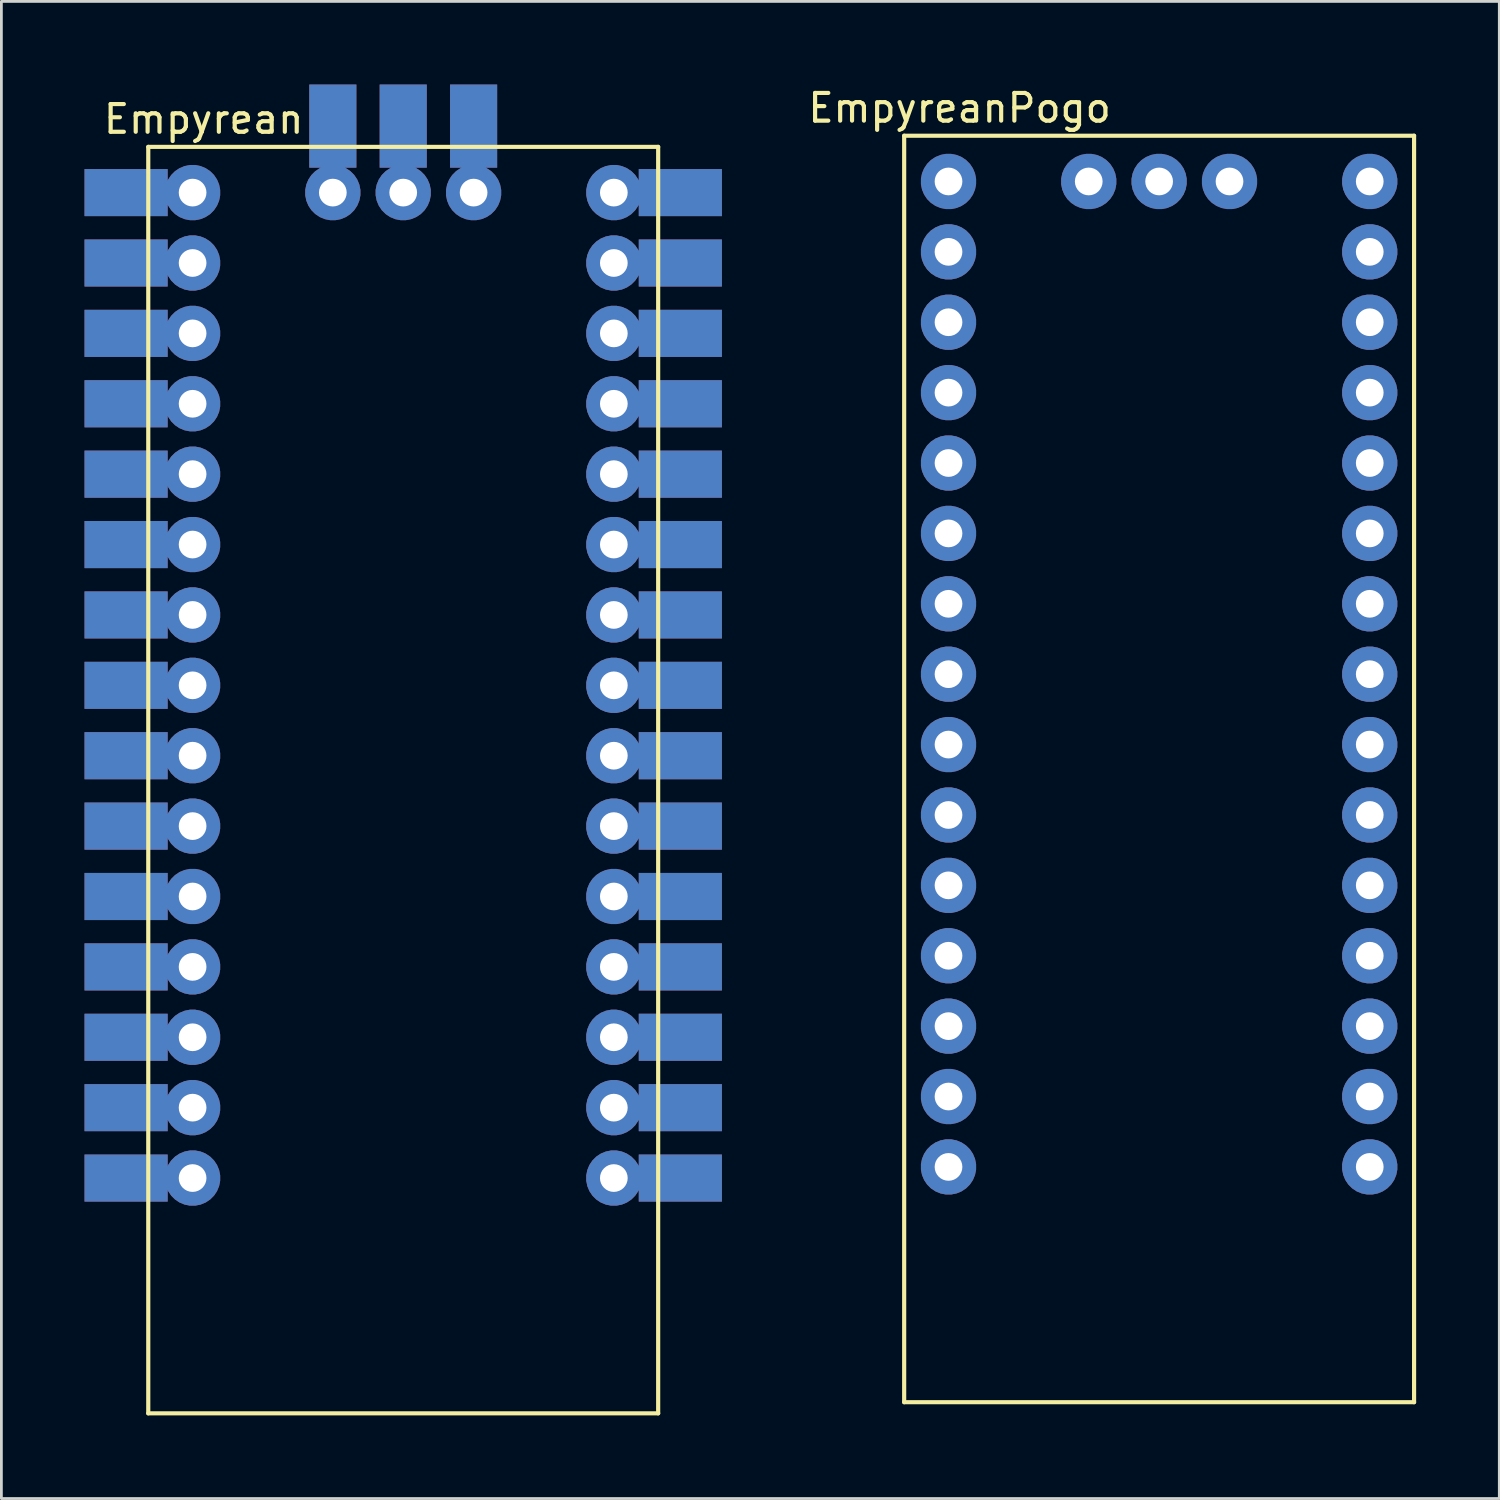
<source format=kicad_pcb>
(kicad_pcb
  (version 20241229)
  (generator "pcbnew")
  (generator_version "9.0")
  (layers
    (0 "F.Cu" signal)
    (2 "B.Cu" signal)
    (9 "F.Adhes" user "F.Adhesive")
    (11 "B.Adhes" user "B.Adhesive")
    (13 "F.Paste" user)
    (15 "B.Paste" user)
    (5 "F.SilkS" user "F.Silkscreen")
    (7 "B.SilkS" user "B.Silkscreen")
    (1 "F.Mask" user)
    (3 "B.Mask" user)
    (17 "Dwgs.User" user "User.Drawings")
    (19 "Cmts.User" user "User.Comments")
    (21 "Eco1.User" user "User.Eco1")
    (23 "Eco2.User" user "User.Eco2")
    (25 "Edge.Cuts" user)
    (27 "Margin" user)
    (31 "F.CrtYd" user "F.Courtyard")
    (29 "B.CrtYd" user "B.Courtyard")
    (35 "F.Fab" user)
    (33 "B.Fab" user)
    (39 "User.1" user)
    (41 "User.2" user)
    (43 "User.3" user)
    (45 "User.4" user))
  (footprint "EmpyreanPogo"
    (layer "F.Cu")
    (at 38.777 24.748)
    (property "Reference" "EmpyreanPogo" (at -7.2 -23.9 0) (layer "F.SilkS") (effects (font (size 1 1) (thickness 0.15))))
    (attr through_hole)
    (fp_line (start -9.2 -22.9) (end 9.2 -22.9) (stroke (width 0.15) (type solid)) (layer "F.SilkS"))
    (fp_line (start -9.2 22.8) (end -9.2 -22.9) (stroke (width 0.15) (type solid)) (layer "F.SilkS"))
    (fp_line (start 9.2 -22.9) (end 9.2 22.8) (stroke (width 0.15) (type solid)) (layer "F.SilkS"))
    (fp_line (start 9.2 22.8) (end -9.2 22.8) (stroke (width 0.15) (type solid)) (layer "F.SilkS"))
    (pad "1" thru_hole custom (at -7.6 -21.25) (size 2 2) (drill 1) (layers "*.Cu" "*.Mask") (options (anchor circle)) (primitives))
    (pad "2" thru_hole custom (at -7.6 -18.71) (size 2 2) (drill 1) (layers "*.Cu" "*.Mask") (options (anchor circle)) (primitives))
    (pad "3" thru_hole custom (at -7.6 -16.17) (size 2 2) (drill 1) (layers "*.Cu" "*.Mask") (options (anchor circle)) (primitives))
    (pad "4" thru_hole custom (at -7.6 -13.63) (size 2 2) (drill 1) (layers "*.Cu" "*.Mask") (options (anchor circle)) (primitives))
    (pad "5" thru_hole custom (at -7.6 -11.09) (size 2 2) (drill 1) (layers "*.Cu" "*.Mask") (options (anchor circle)) (primitives))
    (pad "6" thru_hole custom (at -7.6 -8.55) (size 2 2) (drill 1) (layers "*.Cu" "*.Mask") (options (anchor circle)) (primitives))
    (pad "7" thru_hole custom (at -7.6 -6.01) (size 2 2) (drill 1) (layers "*.Cu" "*.Mask") (options (anchor circle)) (primitives))
    (pad "8" thru_hole custom (at -7.6 -3.47) (size 2 2) (drill 1) (layers "*.Cu" "*.Mask") (options (anchor circle)) (primitives))
    (pad "9" thru_hole custom (at -7.6 -0.93) (size 2 2) (drill 1) (layers "*.Cu" "*.Mask") (options (anchor circle)) (primitives))
    (pad "10" thru_hole custom (at -7.6 1.61) (size 2 2) (drill 1) (layers "*.Cu" "*.Mask") (options (anchor circle)) (primitives))
    (pad "11" thru_hole custom (at -7.6 4.15) (size 2 2) (drill 1) (layers "*.Cu" "*.Mask") (options (anchor circle)) (primitives))
    (pad "12" thru_hole custom (at -7.6 6.69) (size 2 2) (drill 1) (layers "*.Cu" "*.Mask") (options (anchor circle)) (primitives))
    (pad "13" thru_hole custom (at -7.6 9.23) (size 2 2) (drill 1) (layers "*.Cu" "*.Mask") (options (anchor circle)) (primitives))
    (pad "14" thru_hole custom (at -7.6 11.77) (size 2 2) (drill 1) (layers "*.Cu" "*.Mask") (options (anchor circle)) (primitives))
    (pad "15" thru_hole custom (at -7.6 14.31) (size 2 2) (drill 1) (layers "*.Cu" "*.Mask") (options (anchor circle)) (primitives))
    (pad "16" thru_hole custom (at 7.6 14.31 180) (size 2 2) (drill 1) (layers "*.Cu" "*.Mask") (options (anchor circle)) (primitives))
    (pad "17" thru_hole custom (at 7.6 11.77 180) (size 2 2) (drill 1) (layers "*.Cu" "*.Mask") (options (anchor circle)) (primitives))
    (pad "18" thru_hole custom (at 7.6 9.23 180) (size 2 2) (drill 1) (layers "*.Cu" "*.Mask") (options (anchor circle)) (primitives))
    (pad "19" thru_hole custom (at 7.6 6.69 180) (size 2 2) (drill 1) (layers "*.Cu" "*.Mask") (options (anchor circle)) (primitives))
    (pad "20" thru_hole custom (at 7.6 4.15 180) (size 2 2) (drill 1) (layers "*.Cu" "*.Mask") (options (anchor circle)) (primitives))
    (pad "21" thru_hole custom (at 7.6 1.61 180) (size 2 2) (drill 1) (layers "*.Cu" "*.Mask") (options (anchor circle)) (primitives))
    (pad "22" thru_hole custom (at 7.6 -0.93 180) (size 2 2) (drill 1) (layers "*.Cu" "*.Mask") (options (anchor circle)) (primitives))
    (pad "23" thru_hole custom (at 7.6 -3.47 180) (size 2 2) (drill 1) (layers "*.Cu" "*.Mask") (options (anchor circle)) (primitives))
    (pad "24" thru_hole custom (at 7.6 -6.01 180) (size 2 2) (drill 1) (layers "*.Cu" "*.Mask") (options (anchor circle)) (primitives))
    (pad "25" thru_hole custom (at 7.6 -8.55 180) (size 2 2) (drill 1) (layers "*.Cu" "*.Mask") (options (anchor circle)) (primitives))
    (pad "26" thru_hole custom (at 7.6 -11.09 180) (size 2 2) (drill 1) (layers "*.Cu" "*.Mask") (options (anchor circle)) (primitives))
    (pad "27" thru_hole custom (at 7.6 -13.63 180) (size 2 2) (drill 1) (layers "*.Cu" "*.Mask") (options (anchor circle)) (primitives))
    (pad "28" thru_hole custom (at 7.6 -16.17 180) (size 2 2) (drill 1) (layers "*.Cu" "*.Mask") (options (anchor circle)) (primitives))
    (pad "29" thru_hole custom (at 7.6 -18.71 180) (size 2 2) (drill 1) (layers "*.Cu" "*.Mask") (options (anchor circle)) (primitives))
    (pad "30" thru_hole custom (at 7.6 -21.25 180) (size 2 2) (drill 1) (layers "*.Cu" "*.Mask") (options (anchor circle)) (primitives))
    (pad "31" thru_hole custom (at 2.54 -21.25 270) (size 2 2) (drill 1) (layers "*.Cu" "*.Mask") (options (anchor circle)) (primitives))
    (pad "32" thru_hole custom (at 0 -21.25 270) (size 2 2) (drill 1) (layers "*.Cu" "*.Mask") (options (anchor circle)) (primitives))
    (pad "33" thru_hole custom (at -2.54 -21.25 270) (size 2 2) (drill 1) (layers "*.Cu" "*.Mask") (options (anchor circle)) (primitives)))
  (footprint "Empyrean"
    (layer "F.Cu")
    (at 11.5 25.15)
    (property "Reference" "Empyrean" (at -7.2 -23.9 0) (layer "F.SilkS") (effects (font (size 1 1) (thickness 0.15))))
    (attr through_hole)
    (fp_line (start -9.2 -22.9) (end 9.2 -22.9) (stroke (width 0.15) (type solid)) (layer "F.SilkS"))
    (fp_line (start -9.2 22.8) (end -9.2 -22.9) (stroke (width 0.15) (type solid)) (layer "F.SilkS"))
    (fp_line (start 9.2 -22.9) (end 9.2 22.8) (stroke (width 0.15) (type solid)) (layer "F.SilkS"))
    (fp_line (start 9.2 22.8) (end -9.2 22.8) (stroke (width 0.15) (type solid)) (layer "F.SilkS"))
    (pad "1" thru_hole custom (at -7.6 -21.25) (size 2 2) (drill 1) (layers "*.Cu" "*.Mask") (options (anchor circle)) (primitives (gr_poly (pts (xy -3.9 -0.85) (xy -0.9 -0.85) (xy -0.9 0.85) (xy -3.9 0.85)) (width 0) (fill yes))))
    (pad "2" thru_hole custom (at -7.6 -18.71) (size 2 2) (drill 1) (layers "*.Cu" "*.Mask") (options (anchor circle)) (primitives (gr_poly (pts (xy -3.9 -0.85) (xy -0.9 -0.85) (xy -0.9 0.85) (xy -3.9 0.85)) (width 0) (fill yes))))
    (pad "3" thru_hole custom (at -7.6 -16.17) (size 2 2) (drill 1) (layers "*.Cu" "*.Mask") (options (anchor circle)) (primitives (gr_poly (pts (xy -3.9 -0.85) (xy -0.9 -0.85) (xy -0.9 0.85) (xy -3.9 0.85)) (width 0) (fill yes))))
    (pad "4" thru_hole custom (at -7.6 -13.63) (size 2 2) (drill 1) (layers "*.Cu" "*.Mask") (options (anchor circle)) (primitives (gr_poly (pts (xy -3.9 -0.85) (xy -0.9 -0.85) (xy -0.9 0.85) (xy -3.9 0.85)) (width 0) (fill yes))))
    (pad "5" thru_hole custom (at -7.6 -11.09) (size 2 2) (drill 1) (layers "*.Cu" "*.Mask") (options (anchor circle)) (primitives (gr_poly (pts (xy -3.9 -0.85) (xy -0.9 -0.85) (xy -0.9 0.85) (xy -3.9 0.85)) (width 0) (fill yes))))
    (pad "6" thru_hole custom (at -7.6 -8.55) (size 2 2) (drill 1) (layers "*.Cu" "*.Mask") (options (anchor circle)) (primitives (gr_poly (pts (xy -3.9 -0.85) (xy -0.9 -0.85) (xy -0.9 0.85) (xy -3.9 0.85)) (width 0) (fill yes))))
    (pad "7" thru_hole custom (at -7.6 -6.01) (size 2 2) (drill 1) (layers "*.Cu" "*.Mask") (options (anchor circle)) (primitives (gr_poly (pts (xy -3.9 -0.85) (xy -0.9 -0.85) (xy -0.9 0.85) (xy -3.9 0.85)) (width 0) (fill yes))))
    (pad "8" thru_hole custom (at -7.6 -3.47) (size 2 2) (drill 1) (layers "*.Cu" "*.Mask") (options (anchor circle)) (primitives (gr_poly (pts (xy -3.9 -0.85) (xy -0.9 -0.85) (xy -0.9 0.85) (xy -3.9 0.85)) (width 0) (fill yes))))
    (pad "9" thru_hole custom (at -7.6 -0.93) (size 2 2) (drill 1) (layers "*.Cu" "*.Mask") (options (anchor circle)) (primitives (gr_poly (pts (xy -3.9 -0.85) (xy -0.9 -0.85) (xy -0.9 0.85) (xy -3.9 0.85)) (width 0) (fill yes))))
    (pad "10" thru_hole custom (at -7.6 1.61) (size 2 2) (drill 1) (layers "*.Cu" "*.Mask") (options (anchor circle)) (primitives (gr_poly (pts (xy -3.9 -0.85) (xy -0.9 -0.85) (xy -0.9 0.85) (xy -3.9 0.85)) (width 0) (fill yes))))
    (pad "11" thru_hole custom (at -7.6 4.15) (size 2 2) (drill 1) (layers "*.Cu" "*.Mask") (options (anchor circle)) (primitives (gr_poly (pts (xy -3.9 -0.85) (xy -0.9 -0.85) (xy -0.9 0.85) (xy -3.9 0.85)) (width 0) (fill yes))))
    (pad "12" thru_hole custom (at -7.6 6.69) (size 2 2) (drill 1) (layers "*.Cu" "*.Mask") (options (anchor circle)) (primitives (gr_poly (pts (xy -3.9 -0.85) (xy -0.9 -0.85) (xy -0.9 0.85) (xy -3.9 0.85)) (width 0) (fill yes))))
    (pad "13" thru_hole custom (at -7.6 9.23) (size 2 2) (drill 1) (layers "*.Cu" "*.Mask") (options (anchor circle)) (primitives (gr_poly (pts (xy -3.9 -0.85) (xy -0.9 -0.85) (xy -0.9 0.85) (xy -3.9 0.85)) (width 0) (fill yes))))
    (pad "14" thru_hole custom (at -7.6 11.77) (size 2 2) (drill 1) (layers "*.Cu" "*.Mask") (options (anchor circle)) (primitives (gr_poly (pts (xy -3.9 -0.85) (xy -0.9 -0.85) (xy -0.9 0.85) (xy -3.9 0.85)) (width 0) (fill yes))))
    (pad "15" thru_hole custom (at -7.6 14.31) (size 2 2) (drill 1) (layers "*.Cu" "*.Mask") (options (anchor circle)) (primitives (gr_poly (pts (xy -3.9 -0.85) (xy -0.9 -0.85) (xy -0.9 0.85) (xy -3.9 0.85)) (width 0) (fill yes))))
    (pad "16" thru_hole custom (at 7.6 14.31 180) (size 2 2) (drill 1) (layers "*.Cu" "*.Mask") (options (anchor circle)) (primitives (gr_poly (pts (xy -3.9 -0.85) (xy -0.9 -0.85) (xy -0.9 0.85) (xy -3.9 0.85)) (width 0) (fill yes))))
    (pad "17" thru_hole custom (at 7.6 11.77 180) (size 2 2) (drill 1) (layers "*.Cu" "*.Mask") (options (anchor circle)) (primitives (gr_poly (pts (xy -3.9 -0.85) (xy -0.9 -0.85) (xy -0.9 0.85) (xy -3.9 0.85)) (width 0) (fill yes))))
    (pad "18" thru_hole custom (at 7.6 9.23 180) (size 2 2) (drill 1) (layers "*.Cu" "*.Mask") (options (anchor circle)) (primitives (gr_poly (pts (xy -3.9 -0.85) (xy -0.9 -0.85) (xy -0.9 0.85) (xy -3.9 0.85)) (width 0) (fill yes))))
    (pad "19" thru_hole custom (at 7.6 6.69 180) (size 2 2) (drill 1) (layers "*.Cu" "*.Mask") (options (anchor circle)) (primitives (gr_poly (pts (xy -3.9 -0.85) (xy -0.9 -0.85) (xy -0.9 0.85) (xy -3.9 0.85)) (width 0) (fill yes))))
    (pad "20" thru_hole custom (at 7.6 4.15 180) (size 2 2) (drill 1) (layers "*.Cu" "*.Mask") (options (anchor circle)) (primitives (gr_poly (pts (xy -3.9 -0.85) (xy -0.9 -0.85) (xy -0.9 0.85) (xy -3.9 0.85)) (width 0) (fill yes))))
    (pad "21" thru_hole custom (at 7.6 1.61 180) (size 2 2) (drill 1) (layers "*.Cu" "*.Mask") (options (anchor circle)) (primitives (gr_poly (pts (xy -3.9 -0.85) (xy -0.9 -0.85) (xy -0.9 0.85) (xy -3.9 0.85)) (width 0) (fill yes))))
    (pad "22" thru_hole custom (at 7.6 -0.93 180) (size 2 2) (drill 1) (layers "*.Cu" "*.Mask") (options (anchor circle)) (primitives (gr_poly (pts (xy -3.9 -0.85) (xy -0.9 -0.85) (xy -0.9 0.85) (xy -3.9 0.85)) (width 0) (fill yes))))
    (pad "23" thru_hole custom (at 7.6 -3.47 180) (size 2 2) (drill 1) (layers "*.Cu" "*.Mask") (options (anchor circle)) (primitives (gr_poly (pts (xy -3.9 -0.85) (xy -0.9 -0.85) (xy -0.9 0.85) (xy -3.9 0.85)) (width 0) (fill yes))))
    (pad "24" thru_hole custom (at 7.6 -6.01 180) (size 2 2) (drill 1) (layers "*.Cu" "*.Mask") (options (anchor circle)) (primitives (gr_poly (pts (xy -3.9 -0.85) (xy -0.9 -0.85) (xy -0.9 0.85) (xy -3.9 0.85)) (width 0) (fill yes))))
    (pad "25" thru_hole custom (at 7.6 -8.55 180) (size 2 2) (drill 1) (layers "*.Cu" "*.Mask") (options (anchor circle)) (primitives (gr_poly (pts (xy -3.9 -0.85) (xy -0.9 -0.85) (xy -0.9 0.85) (xy -3.9 0.85)) (width 0) (fill yes))))
    (pad "26" thru_hole custom (at 7.6 -11.09 180) (size 2 2) (drill 1) (layers "*.Cu" "*.Mask") (options (anchor circle)) (primitives (gr_poly (pts (xy -3.9 -0.85) (xy -0.9 -0.85) (xy -0.9 0.85) (xy -3.9 0.85)) (width 0) (fill yes))))
    (pad "27" thru_hole custom (at 7.6 -13.63 180) (size 2 2) (drill 1) (layers "*.Cu" "*.Mask") (options (anchor circle)) (primitives (gr_poly (pts (xy -3.9 -0.85) (xy -0.9 -0.85) (xy -0.9 0.85) (xy -3.9 0.85)) (width 0) (fill yes))))
    (pad "28" thru_hole custom (at 7.6 -16.17 180) (size 2 2) (drill 1) (layers "*.Cu" "*.Mask") (options (anchor circle)) (primitives (gr_poly (pts (xy -3.9 -0.85) (xy -0.9 -0.85) (xy -0.9 0.85) (xy -3.9 0.85)) (width 0) (fill yes))))
    (pad "29" thru_hole custom (at 7.6 -18.71 180) (size 2 2) (drill 1) (layers "*.Cu" "*.Mask") (options (anchor circle)) (primitives (gr_poly (pts (xy -3.9 -0.85) (xy -0.9 -0.85) (xy -0.9 0.85) (xy -3.9 0.85)) (width 0) (fill yes))))
    (pad "30" thru_hole custom (at 7.6 -21.25 180) (size 2 2) (drill 1) (layers "*.Cu" "*.Mask") (options (anchor circle)) (primitives (gr_poly (pts (xy -3.9 -0.85) (xy -0.9 -0.85) (xy -0.9 0.85) (xy -3.9 0.85)) (width 0) (fill yes))))
    (pad "31" thru_hole custom (at 2.54 -21.25 270) (size 2 2) (drill 1) (layers "*.Cu" "*.Mask") (options (anchor circle)) (primitives (gr_poly (pts (xy -3.9 -0.85) (xy -0.9 -0.85) (xy -0.9 0.85) (xy -3.9 0.85)) (width 0) (fill yes))))
    (pad "32" thru_hole custom (at 0 -21.25 270) (size 2 2) (drill 1) (layers "*.Cu" "*.Mask") (options (anchor circle)) (primitives (gr_poly (pts (xy -3.9 -0.85) (xy -0.9 -0.85) (xy -0.9 0.85) (xy -3.9 0.85)) (width 0) (fill yes))))
    (pad "33" thru_hole custom (at -2.54 -21.25 270) (size 2 2) (drill 1) (layers "*.Cu" "*.Mask") (options (anchor circle)) (primitives (gr_poly (pts (xy -3.9 -0.85) (xy -0.9 -0.85) (xy -0.9 0.85) (xy -3.9 0.85)) (width 0) (fill yes)))))
  (gr_rect
    (start -3 -3)
    (end 51.052 51.025)
    (stroke (width 0.1) (type default))
    (fill no)
    (layer "Edge.Cuts")))
</source>
